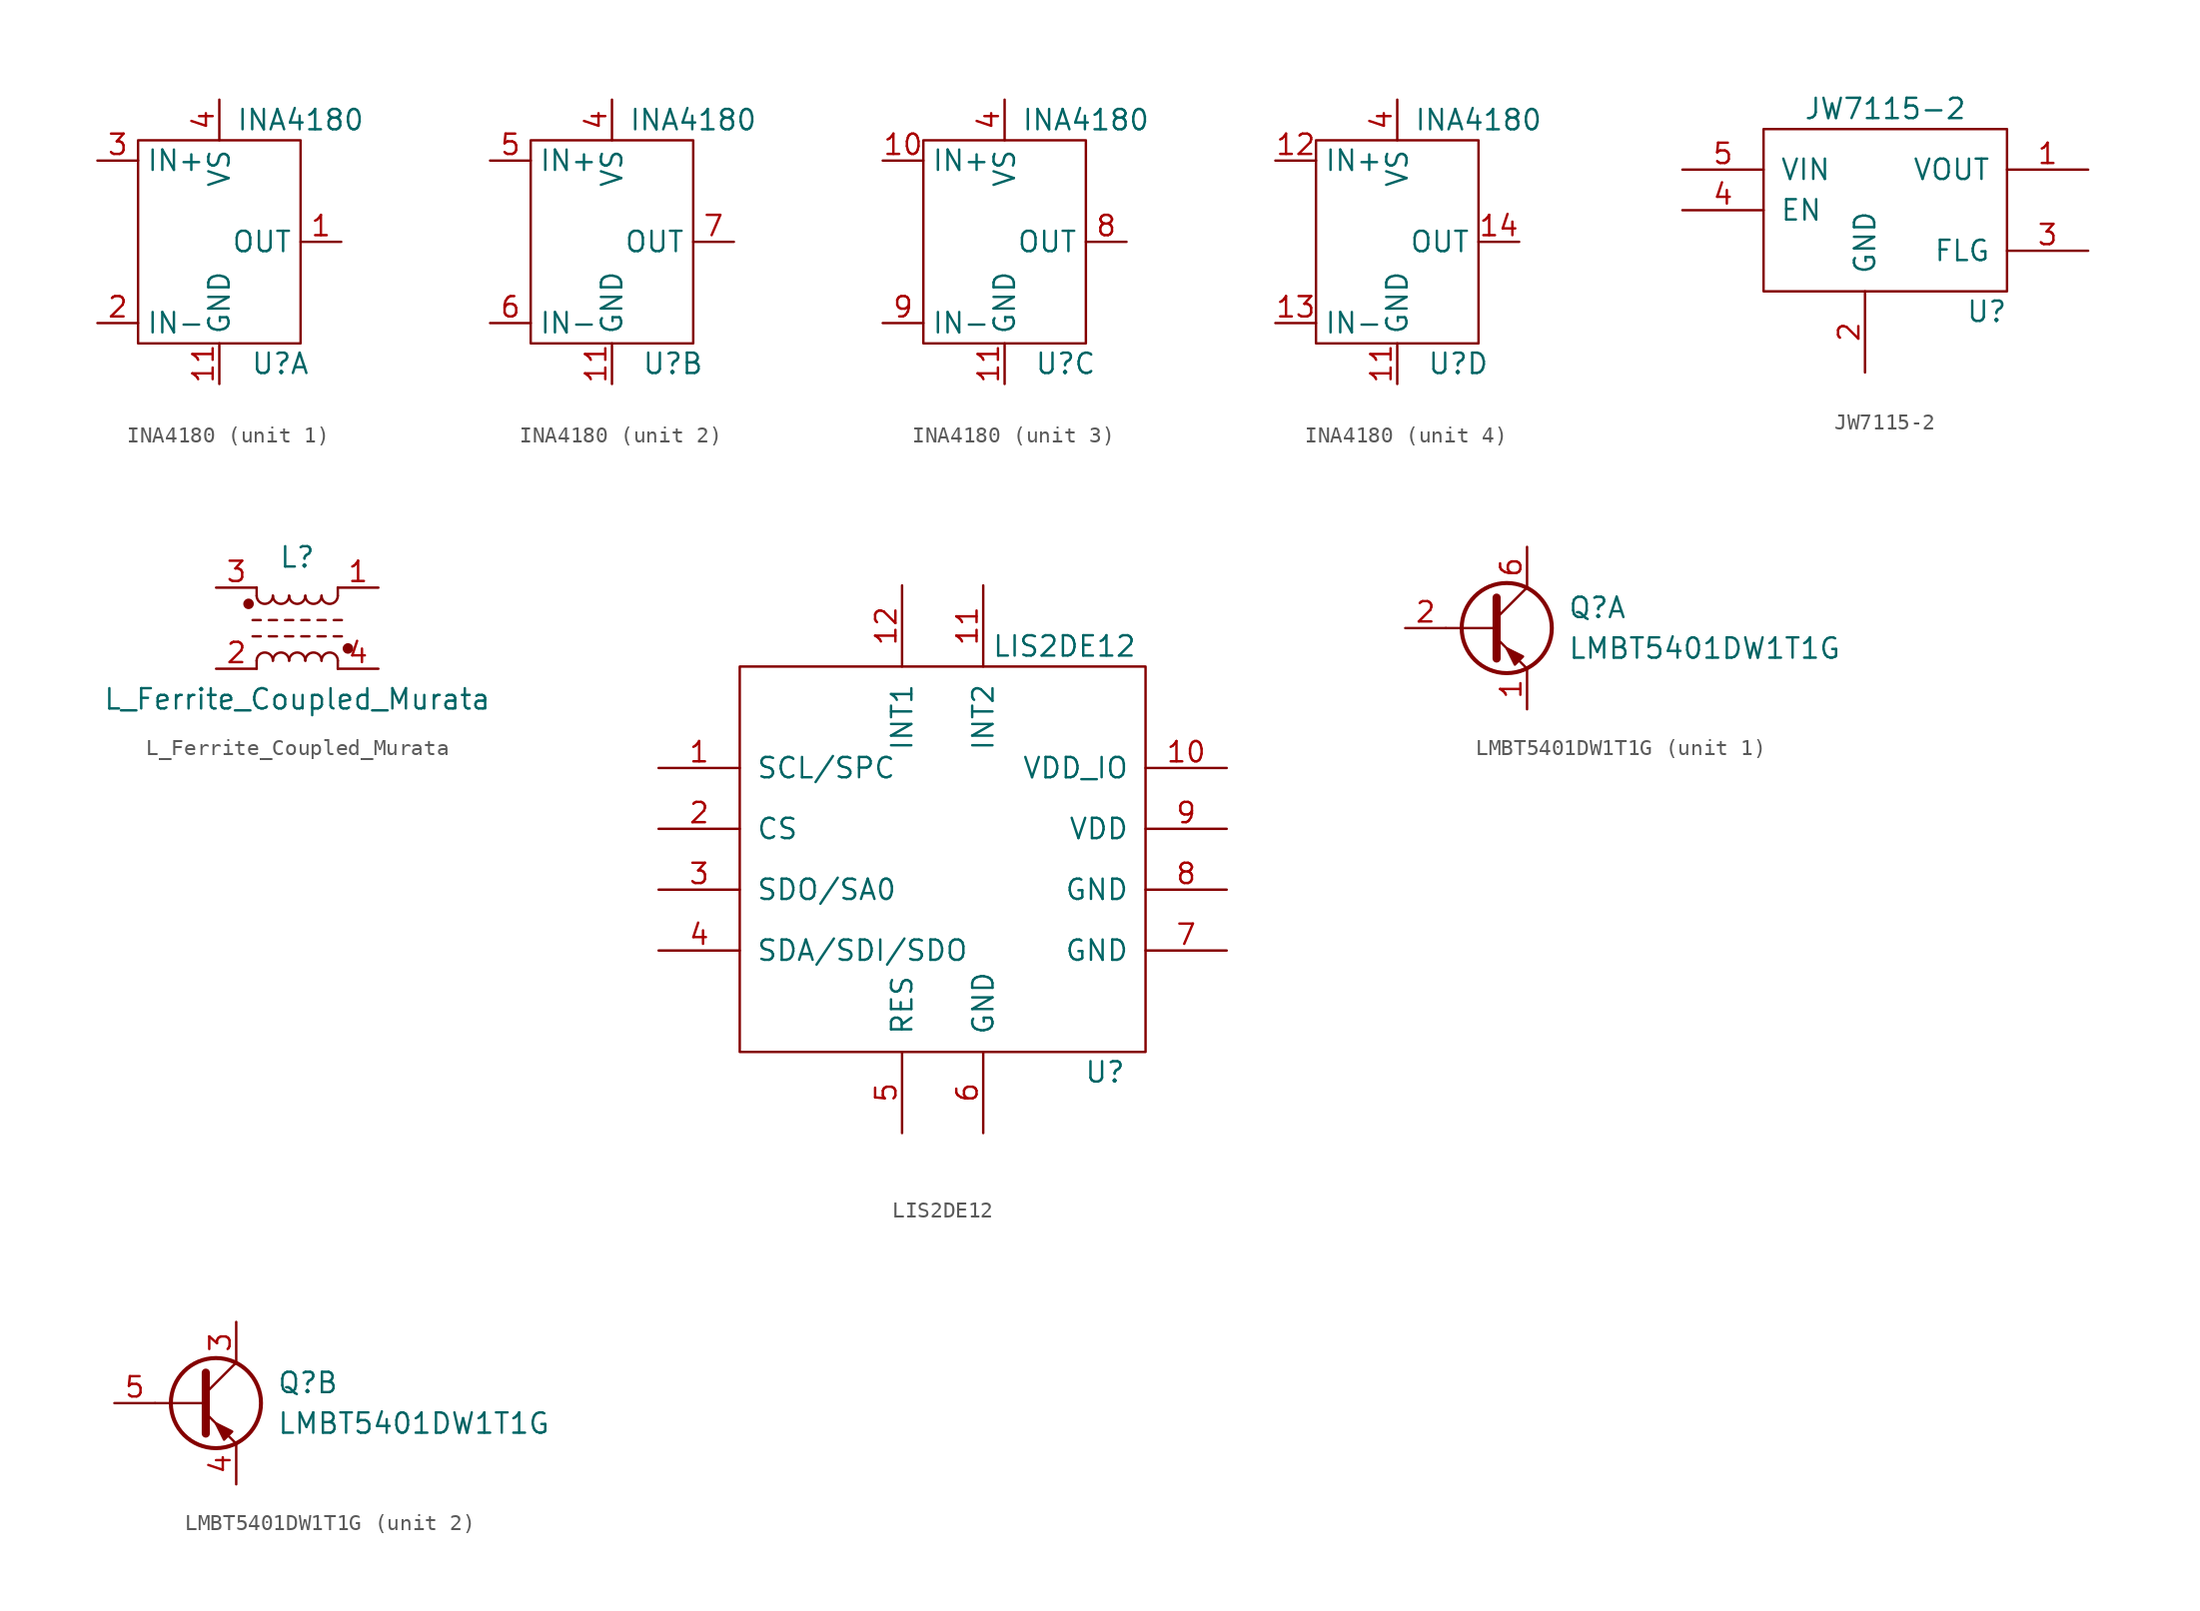
<source format=kicad_sym>
(kicad_symbol_lib
  (version 20231120)
  (generator "kicad_symbol_editor")
  (generator_version "8.0")
  (symbol "INA4180"
    (property "Reference" "U"
      (at 3.81 -7.62 0)
      (effects (font (size 1.27 1.27))))
    (property "Value" "INA4180"
      (at 5.08 7.62 0)
      (effects (font (size 1.27 1.27))))
    (symbol "INA4180_0_1"
      (rectangle (start -5.08 6.35) (end 5.08 -6.35) (stroke (width 0) (type default)) (fill (type none)))
      (pin power_in line (at 0 -8.89 90) (length 2.54) (name "GND" (effects (font (size 1.27 1.27)))) (number "11" (effects (font (size 1.27 1.27)))))
      (pin power_in line (at 0 8.89 270) (length 2.54) (name "VS" (effects (font (size 1.27 1.27)))) (number "4" (effects (font (size 1.27 1.27))))))
    (symbol "INA4180_1_1"
      (pin output line (at 7.62 0 180) (length 2.54) (name "OUT" (effects (font (size 1.27 1.27)))) (number "1" (effects (font (size 1.27 1.27)))))
      (pin input line (at -7.62 -5.08 0) (length 2.54) (name "IN-" (effects (font (size 1.27 1.27)))) (number "2" (effects (font (size 1.27 1.27)))))
      (pin input line (at -7.62 5.08 0) (length 2.54) (name "IN+" (effects (font (size 1.27 1.27)))) (number "3" (effects (font (size 1.27 1.27))))))
    (symbol "INA4180_2_1"
      (pin input line (at -7.62 5.08 0) (length 2.54) (name "IN+" (effects (font (size 1.27 1.27)))) (number "5" (effects (font (size 1.27 1.27)))))
      (pin input line (at -7.62 -5.08 0) (length 2.54) (name "IN-" (effects (font (size 1.27 1.27)))) (number "6" (effects (font (size 1.27 1.27)))))
      (pin output line (at 7.62 0 180) (length 2.54) (name "OUT" (effects (font (size 1.27 1.27)))) (number "7" (effects (font (size 1.27 1.27))))))
    (symbol "INA4180_3_1"
      (pin input line (at -7.62 5.08 0) (length 2.54) (name "IN+" (effects (font (size 1.27 1.27)))) (number "10" (effects (font (size 1.27 1.27)))))
      (pin output line (at 7.62 0 180) (length 2.54) (name "OUT" (effects (font (size 1.27 1.27)))) (number "8" (effects (font (size 1.27 1.27)))))
      (pin input line (at -7.62 -5.08 0) (length 2.54) (name "IN-" (effects (font (size 1.27 1.27)))) (number "9" (effects (font (size 1.27 1.27))))))
    (symbol "INA4180_4_1"
      (pin input line (at -7.62 5.08 0) (length 2.54) (name "IN+" (effects (font (size 1.27 1.27)))) (number "12" (effects (font (size 1.27 1.27)))))
      (pin input line (at -7.62 -5.08 0) (length 2.54) (name "IN-" (effects (font (size 1.27 1.27)))) (number "13" (effects (font (size 1.27 1.27)))))
      (pin output line (at 7.62 0 180) (length 2.54) (name "OUT" (effects (font (size 1.27 1.27)))) (number "14" (effects (font (size 1.27 1.27)))))))
  (symbol "JW7115-2"
    (pin_names
      (offset 1.016))
    (property "Reference" "U"
      (at 6.35 -6.35 0)
      (effects (font (size 1.27 1.27))))
    (property "Value" "JW7115-2"
      (at 0 6.35 0)
      (effects (font (size 1.27 1.27))))
    (symbol "JW7115-2_0_1"
      (rectangle (start -7.62 5.08) (end 7.62 -5.08) (stroke (width 0) (type default)) (fill (type none))))
    (symbol "JW7115-2_1_1"
      (pin power_out line (at 12.7 2.54 180) (length 5.08) (name "VOUT" (effects (font (size 1.27 1.27)))) (number "1" (effects (font (size 1.27 1.27)))))
      (pin power_in line (at -1.27 -10.16 90) (length 5.08) (name "GND" (effects (font (size 1.27 1.27)))) (number "2" (effects (font (size 1.27 1.27)))))
      (pin output line (at 12.7 -2.54 180) (length 5.08) (name "FLG" (effects (font (size 1.27 1.27)))) (number "3" (effects (font (size 1.27 1.27)))))
      (pin input line (at -12.7 0 0) (length 5.08) (name "EN" (effects (font (size 1.27 1.27)))) (number "4" (effects (font (size 1.27 1.27)))))
      (pin power_in line (at -12.7 2.54 0) (length 5.08) (name "VIN" (effects (font (size 1.27 1.27)))) (number "5" (effects (font (size 1.27 1.27)))))))
  (symbol "L_Ferrite_Coupled_Murata"
    (pin_names
      (offset 0.254) hide)
    (property "Reference" "L"
      (at 0 4.445 0)
      (effects (font (size 1.27 1.27))))
    (property "Value" "L_Ferrite_Coupled_Murata"
      (at 0 -4.445 0)
      (effects (font (size 1.27 1.27))))
    (symbol "L_Ferrite_Coupled_Murata_0_1"
      (circle (center -3.048 1.524) (radius 0.254) (stroke (width 0) (type default)) (fill (type outline)))
      (arc (start -2.54 2.032) (mid -2.032 1.5262) (end -1.524 2.032) (stroke (width 0) (type default)) (fill (type none)))
      (arc (start -1.524 -2.032) (mid -2.032 -1.5262) (end -2.54 -2.032) (stroke (width 0) (type default)) (fill (type none)))
      (arc (start -1.524 2.032) (mid -1.016 1.5262) (end -0.508 2.032) (stroke (width 0) (type default)) (fill (type none)))
      (arc (start -0.508 -2.032) (mid -1.016 -1.5262) (end -1.524 -2.032) (stroke (width 0) (type default)) (fill (type none)))
      (arc (start -0.508 2.032) (mid 0 1.5262) (end 0.508 2.032) (stroke (width 0) (type default)) (fill (type none)))
      (polyline (pts (xy -2.794 -0.508) (xy -2.286 -0.508)) (stroke (width 0) (type default)) (fill (type none)))
      (polyline (pts (xy -2.794 0.508) (xy -2.286 0.508)) (stroke (width 0) (type default)) (fill (type none)))
      (polyline (pts (xy -2.54 -2.032) (xy -2.54 -2.54)) (stroke (width 0) (type default)) (fill (type none)))
      (polyline (pts (xy -2.54 2.032) (xy -2.54 2.54)) (stroke (width 0) (type default)) (fill (type none)))
      (polyline (pts (xy -1.778 -0.508) (xy -1.27 -0.508)) (stroke (width 0) (type default)) (fill (type none)))
      (polyline (pts (xy -1.778 0.508) (xy -1.27 0.508)) (stroke (width 0) (type default)) (fill (type none)))
      (polyline (pts (xy -0.762 -0.508) (xy -0.254 -0.508)) (stroke (width 0) (type default)) (fill (type none)))
      (polyline (pts (xy -0.762 0.508) (xy -0.254 0.508)) (stroke (width 0) (type default)) (fill (type none)))
      (polyline (pts (xy 0.254 -0.508) (xy 0.762 -0.508)) (stroke (width 0) (type default)) (fill (type none)))
      (polyline (pts (xy 0.254 0.508) (xy 0.762 0.508)) (stroke (width 0) (type default)) (fill (type none)))
      (polyline (pts (xy 1.27 -0.508) (xy 1.778 -0.508)) (stroke (width 0) (type default)) (fill (type none)))
      (polyline (pts (xy 1.27 0.508) (xy 1.778 0.508)) (stroke (width 0) (type default)) (fill (type none)))
      (polyline (pts (xy 2.286 -0.508) (xy 2.794 -0.508)) (stroke (width 0) (type default)) (fill (type none)))
      (polyline (pts (xy 2.286 0.508) (xy 2.794 0.508)) (stroke (width 0) (type default)) (fill (type none)))
      (polyline (pts (xy 2.54 -2.032) (xy 2.54 -2.54)) (stroke (width 0) (type default)) (fill (type none)))
      (polyline (pts (xy 2.54 2.54) (xy 2.54 2.032)) (stroke (width 0) (type default)) (fill (type none)))
      (arc (start 0.508 -2.032) (mid 0 -1.5262) (end -0.508 -2.032) (stroke (width 0) (type default)) (fill (type none)))
      (arc (start 0.508 2.032) (mid 1.016 1.5262) (end 1.524 2.032) (stroke (width 0) (type default)) (fill (type none)))
      (arc (start 1.524 -2.032) (mid 1.016 -1.5262) (end 0.508 -2.032) (stroke (width 0) (type default)) (fill (type none)))
      (arc (start 1.524 2.032) (mid 2.032 1.5262) (end 2.54 2.032) (stroke (width 0) (type default)) (fill (type none)))
      (arc (start 2.54 -2.032) (mid 2.032 -1.5262) (end 1.524 -2.032) (stroke (width 0) (type default)) (fill (type none)))
      (circle (center 3.175 -1.27) (radius 0.254) (stroke (width 0) (type default)) (fill (type outline))))
    (symbol "L_Ferrite_Coupled_Murata_1_1"
      (pin passive line (at 5.08 2.54 180) (length 2.54) (name "1" (effects (font (size 1.27 1.27)))) (number "1" (effects (font (size 1.27 1.27)))))
      (pin passive line (at -5.08 -2.54 0) (length 2.54) (name "2" (effects (font (size 1.27 1.27)))) (number "2" (effects (font (size 1.27 1.27)))))
      (pin passive line (at -5.08 2.54 0) (length 2.54) (name "3" (effects (font (size 1.27 1.27)))) (number "3" (effects (font (size 1.27 1.27)))))
      (pin passive line (at 5.08 -2.54 180) (length 2.54) (name "4" (effects (font (size 1.27 1.27)))) (number "4" (effects (font (size 1.27 1.27)))))))
  (symbol "LIS2DE12"
    (pin_names
      (offset 1.016))
    (property "Reference" "U"
      (at 10.16 -12.7 0)
      (effects (font (size 1.27 1.27))))
    (property "Value" "LIS2DE12"
      (at 7.62 13.97 0)
      (effects (font (size 1.27 1.27))))
    (symbol "LIS2DE12_0_1"
      (rectangle (start -12.7 12.7) (end 12.7 -11.43) (stroke (width 0) (type default)) (fill (type none))))
    (symbol "LIS2DE12_1_1"
      (pin input line (at -17.78 6.35 0) (length 5.08) (name "SCL/SPC" (effects (font (size 1.27 1.27)))) (number "1" (effects (font (size 1.27 1.27)))))
      (pin power_in line (at 17.78 6.35 180) (length 5.08) (name "VDD_IO" (effects (font (size 1.27 1.27)))) (number "10" (effects (font (size 1.27 1.27)))))
      (pin output line (at 2.54 17.78 270) (length 5.08) (name "INT2" (effects (font (size 1.27 1.27)))) (number "11" (effects (font (size 1.27 1.27)))))
      (pin output line (at -2.54 17.78 270) (length 5.08) (name "INT1" (effects (font (size 1.27 1.27)))) (number "12" (effects (font (size 1.27 1.27)))))
      (pin input line (at -17.78 2.54 0) (length 5.08) (name "CS" (effects (font (size 1.27 1.27)))) (number "2" (effects (font (size 1.27 1.27)))))
      (pin bidirectional line (at -17.78 -1.27 0) (length 5.08) (name "SDO/SA0" (effects (font (size 1.27 1.27)))) (number "3" (effects (font (size 1.27 1.27)))))
      (pin bidirectional line (at -17.78 -5.08 0) (length 5.08) (name "SDA/SDI/SDO" (effects (font (size 1.27 1.27)))) (number "4" (effects (font (size 1.27 1.27)))))
      (pin input line (at -2.54 -16.51 90) (length 5.08) (name "RES" (effects (font (size 1.27 1.27)))) (number "5" (effects (font (size 1.27 1.27)))))
      (pin power_in line (at 2.54 -16.51 90) (length 5.08) (name "GND" (effects (font (size 1.27 1.27)))) (number "6" (effects (font (size 1.27 1.27)))))
      (pin power_in line (at 17.78 -5.08 180) (length 5.08) (name "GND" (effects (font (size 1.27 1.27)))) (number "7" (effects (font (size 1.27 1.27)))))
      (pin power_in line (at 17.78 -1.27 180) (length 5.08) (name "GND" (effects (font (size 1.27 1.27)))) (number "8" (effects (font (size 1.27 1.27)))))
      (pin power_in line (at 17.78 2.54 180) (length 5.08) (name "VDD" (effects (font (size 1.27 1.27)))) (number "9" (effects (font (size 1.27 1.27)))))))
  (symbol "LMBT5401DW1T1G"
    (pin_names
      (offset 0) hide)
    (property "Reference" "Q"
      (at 5.08 1.27 0)
      (effects (font (size 1.27 1.27)) (justify left)))
    (property "Value" "LMBT5401DW1T1G"
      (at 5.08 -1.27 0)
      (effects (font (size 1.27 1.27)) (justify left)))
    (property "ki_locked" ""
      (at 0 0 0)
      (effects (font (size 1.27 1.27))))
    (symbol "LMBT5401DW1T1G_0_1"
      (polyline (pts (xy 0.635 0) (xy -2.54 0)) (stroke (width 0) (type default)) (fill (type none)))
      (polyline (pts (xy 0.635 0.635) (xy 2.54 2.54)) (stroke (width 0) (type default)) (fill (type none)))
      (polyline (pts (xy 0.635 -0.635) (xy 2.54 -2.54) (xy 2.54 -2.54)) (stroke (width 0) (type default)) (fill (type none)))
      (polyline (pts (xy 0.635 1.905) (xy 0.635 -1.905) (xy 0.635 -1.905)) (stroke (width 0.508) (type default)) (fill (type none)))
      (polyline (pts (xy 2.286 -1.778) (xy 1.778 -2.286) (xy 1.27 -1.27) (xy 2.286 -1.778) (xy 2.286 -1.778)) (stroke (width 0) (type default)) (fill (type outline)))
      (circle (center 1.27 0) (radius 2.819) (stroke (width 0.254) (type default)) (fill (type none))))
    (symbol "LMBT5401DW1T1G_1_1"
      (pin passive line (at 2.54 -5.08 90) (length 2.54) (name "E1" (effects (font (size 1.27 1.27)))) (number "1" (effects (font (size 1.27 1.27)))))
      (pin input line (at -5.08 0 0) (length 2.54) (name "B1" (effects (font (size 1.27 1.27)))) (number "2" (effects (font (size 1.27 1.27)))))
      (pin passive line (at 2.54 5.08 270) (length 2.54) (name "C1" (effects (font (size 1.27 1.27)))) (number "6" (effects (font (size 1.27 1.27))))))
    (symbol "LMBT5401DW1T1G_2_1"
      (pin passive line (at 2.54 5.08 270) (length 2.54) (name "C2" (effects (font (size 1.27 1.27)))) (number "3" (effects (font (size 1.27 1.27)))))
      (pin passive line (at 2.54 -5.08 90) (length 2.54) (name "E2" (effects (font (size 1.27 1.27)))) (number "4" (effects (font (size 1.27 1.27)))))
      (pin input line (at -5.08 0 0) (length 2.54) (name "B2" (effects (font (size 1.27 1.27)))) (number "5" (effects (font (size 1.27 1.27))))))))
</source>
